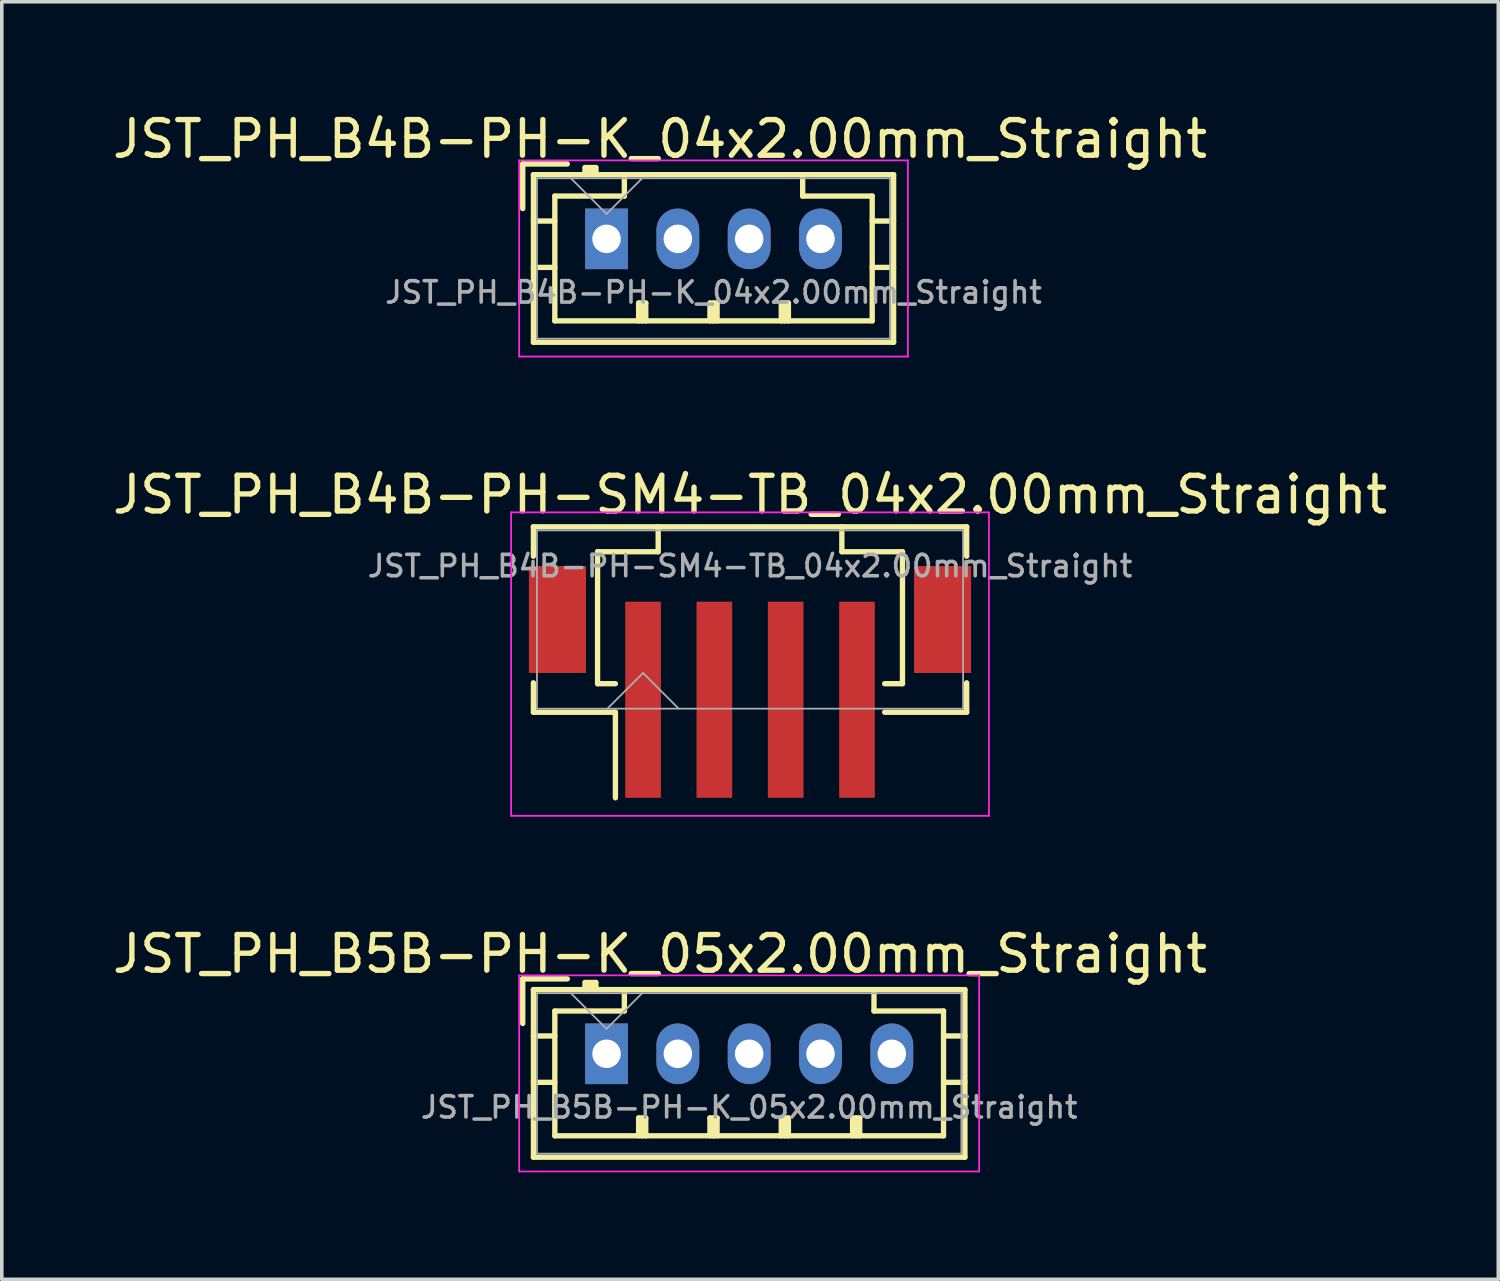
<source format=kicad_pcb>
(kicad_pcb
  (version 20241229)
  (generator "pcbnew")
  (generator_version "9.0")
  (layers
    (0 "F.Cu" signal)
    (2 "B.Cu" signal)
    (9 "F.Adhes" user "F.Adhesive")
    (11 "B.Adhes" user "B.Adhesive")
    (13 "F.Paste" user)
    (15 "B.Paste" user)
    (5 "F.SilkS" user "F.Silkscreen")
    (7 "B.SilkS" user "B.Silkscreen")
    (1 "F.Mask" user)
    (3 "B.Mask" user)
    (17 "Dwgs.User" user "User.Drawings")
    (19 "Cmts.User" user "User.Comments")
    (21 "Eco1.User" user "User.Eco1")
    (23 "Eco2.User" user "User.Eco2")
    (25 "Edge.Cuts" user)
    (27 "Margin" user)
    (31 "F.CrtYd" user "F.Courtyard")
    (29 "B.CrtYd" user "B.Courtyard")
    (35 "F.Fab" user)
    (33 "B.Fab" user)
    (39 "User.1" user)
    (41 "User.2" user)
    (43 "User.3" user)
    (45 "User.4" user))
  (footprint "JST_PH_B5B-PH-K_05x2.00mm_Straight"
    (layer "F.Cu")
    (at 13.958 26.5)
    (property "Reference" "JST_PH_B5B-PH-K_05x2.00mm_Straight" (at 4 1.5 0) (layer "F.Fab") (effects (font (size 0.6 0.6) (thickness 0.1))))
    (attr through_hole)
    (fp_line (start -2.35 -2.1) (end -2.35 -0.85) (stroke (width 0.15) (type solid)) (layer "F.SilkS"))
    (fp_line (start -2.05 -1.8) (end -2.05 2.9) (stroke (width 0.15) (type solid)) (layer "F.SilkS"))
    (fp_line (start -2.05 -0.5) (end -1.45 -0.5) (stroke (width 0.15) (type solid)) (layer "F.SilkS"))
    (fp_line (start -2.05 0.8) (end -1.45 0.8) (stroke (width 0.15) (type solid)) (layer "F.SilkS"))
    (fp_line (start -2.05 2.9) (end 10.05 2.9) (stroke (width 0.15) (type solid)) (layer "F.SilkS"))
    (fp_line (start -1.45 -1.2) (end -1.45 2.3) (stroke (width 0.15) (type solid)) (layer "F.SilkS"))
    (fp_line (start -1.45 2.3) (end 9.45 2.3) (stroke (width 0.15) (type solid)) (layer "F.SilkS"))
    (fp_line (start -1.1 -2.1) (end -2.35 -2.1) (stroke (width 0.15) (type solid)) (layer "F.SilkS"))
    (fp_line (start -0.6 -2) (end -0.6 -1.8) (stroke (width 0.15) (type solid)) (layer "F.SilkS"))
    (fp_line (start -0.3 -2) (end -0.6 -2) (stroke (width 0.15) (type solid)) (layer "F.SilkS"))
    (fp_line (start -0.3 -1.9) (end -0.6 -1.9) (stroke (width 0.15) (type solid)) (layer "F.SilkS"))
    (fp_line (start -0.3 -1.8) (end -0.3 -2) (stroke (width 0.15) (type solid)) (layer "F.SilkS"))
    (fp_line (start 0.5 -1.8) (end 0.5 -1.2) (stroke (width 0.15) (type solid)) (layer "F.SilkS"))
    (fp_line (start 0.5 -1.2) (end -1.45 -1.2) (stroke (width 0.15) (type solid)) (layer "F.SilkS"))
    (fp_line (start 0.9 1.8) (end 1.1 1.8) (stroke (width 0.15) (type solid)) (layer "F.SilkS"))
    (fp_line (start 0.9 2.3) (end 0.9 1.8) (stroke (width 0.15) (type solid)) (layer "F.SilkS"))
    (fp_line (start 1 2.3) (end 1 1.8) (stroke (width 0.15) (type solid)) (layer "F.SilkS"))
    (fp_line (start 1.1 1.8) (end 1.1 2.3) (stroke (width 0.15) (type solid)) (layer "F.SilkS"))
    (fp_line (start 2.9 1.8) (end 3.1 1.8) (stroke (width 0.15) (type solid)) (layer "F.SilkS"))
    (fp_line (start 2.9 2.3) (end 2.9 1.8) (stroke (width 0.15) (type solid)) (layer "F.SilkS"))
    (fp_line (start 3 2.3) (end 3 1.8) (stroke (width 0.15) (type solid)) (layer "F.SilkS"))
    (fp_line (start 3.1 1.8) (end 3.1 2.3) (stroke (width 0.15) (type solid)) (layer "F.SilkS"))
    (fp_line (start 4.9 1.8) (end 5.1 1.8) (stroke (width 0.15) (type solid)) (layer "F.SilkS"))
    (fp_line (start 4.9 2.3) (end 4.9 1.8) (stroke (width 0.15) (type solid)) (layer "F.SilkS"))
    (fp_line (start 5 2.3) (end 5 1.8) (stroke (width 0.15) (type solid)) (layer "F.SilkS"))
    (fp_line (start 5.1 1.8) (end 5.1 2.3) (stroke (width 0.15) (type solid)) (layer "F.SilkS"))
    (fp_line (start 6.9 1.8) (end 7.1 1.8) (stroke (width 0.15) (type solid)) (layer "F.SilkS"))
    (fp_line (start 6.9 2.3) (end 6.9 1.8) (stroke (width 0.15) (type solid)) (layer "F.SilkS"))
    (fp_line (start 7 2.3) (end 7 1.8) (stroke (width 0.15) (type solid)) (layer "F.SilkS"))
    (fp_line (start 7.1 1.8) (end 7.1 2.3) (stroke (width 0.15) (type solid)) (layer "F.SilkS"))
    (fp_line (start 7.5 -1.2) (end 7.5 -1.8) (stroke (width 0.15) (type solid)) (layer "F.SilkS"))
    (fp_line (start 9.45 -1.2) (end 7.5 -1.2) (stroke (width 0.15) (type solid)) (layer "F.SilkS"))
    (fp_line (start 9.45 2.3) (end 9.45 -1.2) (stroke (width 0.15) (type solid)) (layer "F.SilkS"))
    (fp_line (start 10.05 -1.8) (end -2.05 -1.8) (stroke (width 0.15) (type solid)) (layer "F.SilkS"))
    (fp_line (start 10.05 -0.5) (end 9.45 -0.5) (stroke (width 0.15) (type solid)) (layer "F.SilkS"))
    (fp_line (start 10.05 0.8) (end 9.45 0.8) (stroke (width 0.15) (type solid)) (layer "F.SilkS"))
    (fp_line (start 10.05 2.9) (end 10.05 -1.8) (stroke (width 0.15) (type solid)) (layer "F.SilkS"))
    (fp_line (start -2.45 -2.2) (end -2.45 3.3) (stroke (width 0.05) (type solid)) (layer "F.CrtYd"))
    (fp_line (start -2.45 3.3) (end 10.45 3.3) (stroke (width 0.05) (type solid)) (layer "F.CrtYd"))
    (fp_line (start 10.45 -2.2) (end -2.45 -2.2) (stroke (width 0.05) (type solid)) (layer "F.CrtYd"))
    (fp_line (start 10.45 3.3) (end 10.45 -2.2) (stroke (width 0.05) (type solid)) (layer "F.CrtYd"))
    (fp_line (start -1.95 -1.7) (end -1.95 2.8) (stroke (width 0.05) (type solid)) (layer "F.Fab"))
    (fp_line (start -1.95 2.8) (end 9.95 2.8) (stroke (width 0.05) (type solid)) (layer "F.Fab"))
    (fp_line (start -1 -1.7) (end 0 -0.7) (stroke (width 0.05) (type solid)) (layer "F.Fab"))
    (fp_line (start 0 -0.7) (end 1 -1.7) (stroke (width 0.05) (type solid)) (layer "F.Fab"))
    (fp_line (start 9.95 -1.7) (end -1.95 -1.7) (stroke (width 0.05) (type solid)) (layer "F.Fab"))
    (fp_line (start 9.95 2.8) (end 9.95 -1.7) (stroke (width 0.05) (type solid)) (layer "F.Fab"))
    (fp_text user "${REFERENCE}" (at 1.5 -2.8 0) (layer "F.SilkS") (effects (font (size 1 1) (thickness 0.15))))
    (pad "1" thru_hole rect (at 0 0) (size 1.2 1.7) (drill 0.8) (layers "*.Cu" "*.Mask"))
    (pad "2" thru_hole oval (at 2 0) (size 1.2 1.7) (drill 0.8) (layers "*.Cu" "*.Mask"))
    (pad "3" thru_hole oval (at 4 0) (size 1.2 1.7) (drill 0.8) (layers "*.Cu" "*.Mask"))
    (pad "4" thru_hole oval (at 6 0) (size 1.2 1.7) (drill 0.8) (layers "*.Cu" "*.Mask"))
    (pad "5" thru_hole oval (at 8 0) (size 1.2 1.7) (drill 0.8) (layers "*.Cu" "*.Mask")))
  (footprint "JST_PH_B4B-PH-SM4-TB_04x2.00mm_Straight"
    (layer "F.Cu")
    (at 17.982 15.447)
    (property "Reference" "JST_PH_B4B-PH-SM4-TB_04x2.00mm_Straight" (at 0 -2.625 0) (layer "F.Fab") (effects (font (size 0.6 0.6) (thickness 0.1))))
    (attr smd)
    (fp_line (start -6.075 -3.725) (end 6.075 -3.725) (stroke (width 0.15) (type solid)) (layer "F.SilkS"))
    (fp_line (start -6.075 -2.9) (end -6.075 -3.725) (stroke (width 0.15) (type solid)) (layer "F.SilkS"))
    (fp_line (start -6.075 0.65) (end -6.075 1.475) (stroke (width 0.15) (type solid)) (layer "F.SilkS"))
    (fp_line (start -6.075 1.475) (end -3.775 1.475) (stroke (width 0.15) (type solid)) (layer "F.SilkS"))
    (fp_line (start -4.275 -3.025) (end -4.275 0.675) (stroke (width 0.15) (type solid)) (layer "F.SilkS"))
    (fp_line (start -4.275 0.675) (end -3.775 0.675) (stroke (width 0.15) (type solid)) (layer "F.SilkS"))
    (fp_line (start -3.775 1.475) (end -3.775 3.875) (stroke (width 0.15) (type solid)) (layer "F.SilkS"))
    (fp_line (start -2.575 -3.725) (end -2.575 -3.025) (stroke (width 0.15) (type solid)) (layer "F.SilkS"))
    (fp_line (start -2.575 -3.025) (end -4.275 -3.025) (stroke (width 0.15) (type solid)) (layer "F.SilkS"))
    (fp_line (start 2.575 -3.725) (end 2.575 -3.025) (stroke (width 0.15) (type solid)) (layer "F.SilkS"))
    (fp_line (start 2.575 -3.025) (end 4.275 -3.025) (stroke (width 0.15) (type solid)) (layer "F.SilkS"))
    (fp_line (start 4.275 -3.025) (end 4.275 0.675) (stroke (width 0.15) (type solid)) (layer "F.SilkS"))
    (fp_line (start 4.275 0.675) (end 3.775 0.675) (stroke (width 0.15) (type solid)) (layer "F.SilkS"))
    (fp_line (start 6.075 -3.725) (end 6.075 -2.9) (stroke (width 0.15) (type solid)) (layer "F.SilkS"))
    (fp_line (start 6.075 0.65) (end 6.075 1.475) (stroke (width 0.15) (type solid)) (layer "F.SilkS"))
    (fp_line (start 6.075 1.475) (end 3.775 1.475) (stroke (width 0.15) (type solid)) (layer "F.SilkS"))
    (fp_line (start -6.7 -4.13) (end -6.7 4.38) (stroke (width 0.05) (type solid)) (layer "F.CrtYd"))
    (fp_line (start -6.7 4.38) (end 6.7 4.38) (stroke (width 0.05) (type solid)) (layer "F.CrtYd"))
    (fp_line (start 6.7 -4.13) (end -6.7 -4.13) (stroke (width 0.05) (type solid)) (layer "F.CrtYd"))
    (fp_line (start 6.7 4.38) (end 6.7 -4.13) (stroke (width 0.05) (type solid)) (layer "F.CrtYd"))
    (fp_line (start -5.975 -3.625) (end -5.975 1.375) (stroke (width 0.05) (type solid)) (layer "F.Fab"))
    (fp_line (start -5.975 1.375) (end 5.975 1.375) (stroke (width 0.05) (type solid)) (layer "F.Fab"))
    (fp_line (start -4 1.375) (end -3 0.375) (stroke (width 0.05) (type solid)) (layer "F.Fab"))
    (fp_line (start -3 0.375) (end -2 1.375) (stroke (width 0.05) (type solid)) (layer "F.Fab"))
    (fp_line (start 5.975 -3.625) (end -5.975 -3.625) (stroke (width 0.05) (type solid)) (layer "F.Fab"))
    (fp_line (start 5.975 1.375) (end 5.975 -3.625) (stroke (width 0.05) (type solid)) (layer "F.Fab"))
    (fp_text user "${REFERENCE}" (at 0 -4.625 0) (layer "F.SilkS") (effects (font (size 1 1) (thickness 0.15))))
    (pad "" smd rect (at -5.4 -1.125) (size 1.6 3) (layers "F.Cu" "F.Mask" "F.Paste"))
    (pad "" smd rect (at 5.4 -1.125) (size 1.6 3) (layers "F.Cu" "F.Mask" "F.Paste"))
    (pad "1" smd rect (at -3 1.125) (size 1 5.5) (layers "F.Cu" "F.Mask" "F.Paste"))
    (pad "2" smd rect (at -1 1.125) (size 1 5.5) (layers "F.Cu" "F.Mask" "F.Paste"))
    (pad "3" smd rect (at 1 1.125) (size 1 5.5) (layers "F.Cu" "F.Mask" "F.Paste"))
    (pad "4" smd rect (at 3 1.125) (size 1 5.5) (layers "F.Cu" "F.Mask" "F.Paste")))
  (footprint "JST_PH_B4B-PH-K_04x2.00mm_Straight"
    (layer "F.Cu")
    (at 13.958 3.648)
    (property "Reference" "JST_PH_B4B-PH-K_04x2.00mm_Straight" (at 3 1.5 0) (layer "F.Fab") (effects (font (size 0.6 0.6) (thickness 0.1))))
    (attr through_hole)
    (fp_line (start -2.35 -2.1) (end -2.35 -0.85) (stroke (width 0.15) (type solid)) (layer "F.SilkS"))
    (fp_line (start -2.05 -1.8) (end -2.05 2.9) (stroke (width 0.15) (type solid)) (layer "F.SilkS"))
    (fp_line (start -2.05 -0.5) (end -1.45 -0.5) (stroke (width 0.15) (type solid)) (layer "F.SilkS"))
    (fp_line (start -2.05 0.8) (end -1.45 0.8) (stroke (width 0.15) (type solid)) (layer "F.SilkS"))
    (fp_line (start -2.05 2.9) (end 8.05 2.9) (stroke (width 0.15) (type solid)) (layer "F.SilkS"))
    (fp_line (start -1.45 -1.2) (end -1.45 2.3) (stroke (width 0.15) (type solid)) (layer "F.SilkS"))
    (fp_line (start -1.45 2.3) (end 7.45 2.3) (stroke (width 0.15) (type solid)) (layer "F.SilkS"))
    (fp_line (start -1.1 -2.1) (end -2.35 -2.1) (stroke (width 0.15) (type solid)) (layer "F.SilkS"))
    (fp_line (start -0.6 -2) (end -0.6 -1.8) (stroke (width 0.15) (type solid)) (layer "F.SilkS"))
    (fp_line (start -0.3 -2) (end -0.6 -2) (stroke (width 0.15) (type solid)) (layer "F.SilkS"))
    (fp_line (start -0.3 -1.9) (end -0.6 -1.9) (stroke (width 0.15) (type solid)) (layer "F.SilkS"))
    (fp_line (start -0.3 -1.8) (end -0.3 -2) (stroke (width 0.15) (type solid)) (layer "F.SilkS"))
    (fp_line (start 0.5 -1.8) (end 0.5 -1.2) (stroke (width 0.15) (type solid)) (layer "F.SilkS"))
    (fp_line (start 0.5 -1.2) (end -1.45 -1.2) (stroke (width 0.15) (type solid)) (layer "F.SilkS"))
    (fp_line (start 0.9 1.8) (end 1.1 1.8) (stroke (width 0.15) (type solid)) (layer "F.SilkS"))
    (fp_line (start 0.9 2.3) (end 0.9 1.8) (stroke (width 0.15) (type solid)) (layer "F.SilkS"))
    (fp_line (start 1 2.3) (end 1 1.8) (stroke (width 0.15) (type solid)) (layer "F.SilkS"))
    (fp_line (start 1.1 1.8) (end 1.1 2.3) (stroke (width 0.15) (type solid)) (layer "F.SilkS"))
    (fp_line (start 2.9 1.8) (end 3.1 1.8) (stroke (width 0.15) (type solid)) (layer "F.SilkS"))
    (fp_line (start 2.9 2.3) (end 2.9 1.8) (stroke (width 0.15) (type solid)) (layer "F.SilkS"))
    (fp_line (start 3 2.3) (end 3 1.8) (stroke (width 0.15) (type solid)) (layer "F.SilkS"))
    (fp_line (start 3.1 1.8) (end 3.1 2.3) (stroke (width 0.15) (type solid)) (layer "F.SilkS"))
    (fp_line (start 4.9 1.8) (end 5.1 1.8) (stroke (width 0.15) (type solid)) (layer "F.SilkS"))
    (fp_line (start 4.9 2.3) (end 4.9 1.8) (stroke (width 0.15) (type solid)) (layer "F.SilkS"))
    (fp_line (start 5 2.3) (end 5 1.8) (stroke (width 0.15) (type solid)) (layer "F.SilkS"))
    (fp_line (start 5.1 1.8) (end 5.1 2.3) (stroke (width 0.15) (type solid)) (layer "F.SilkS"))
    (fp_line (start 5.5 -1.2) (end 5.5 -1.8) (stroke (width 0.15) (type solid)) (layer "F.SilkS"))
    (fp_line (start 7.45 -1.2) (end 5.5 -1.2) (stroke (width 0.15) (type solid)) (layer "F.SilkS"))
    (fp_line (start 7.45 2.3) (end 7.45 -1.2) (stroke (width 0.15) (type solid)) (layer "F.SilkS"))
    (fp_line (start 8.05 -1.8) (end -2.05 -1.8) (stroke (width 0.15) (type solid)) (layer "F.SilkS"))
    (fp_line (start 8.05 -0.5) (end 7.45 -0.5) (stroke (width 0.15) (type solid)) (layer "F.SilkS"))
    (fp_line (start 8.05 0.8) (end 7.45 0.8) (stroke (width 0.15) (type solid)) (layer "F.SilkS"))
    (fp_line (start 8.05 2.9) (end 8.05 -1.8) (stroke (width 0.15) (type solid)) (layer "F.SilkS"))
    (fp_line (start -2.45 -2.2) (end -2.45 3.3) (stroke (width 0.05) (type solid)) (layer "F.CrtYd"))
    (fp_line (start -2.45 3.3) (end 8.45 3.3) (stroke (width 0.05) (type solid)) (layer "F.CrtYd"))
    (fp_line (start 8.45 -2.2) (end -2.45 -2.2) (stroke (width 0.05) (type solid)) (layer "F.CrtYd"))
    (fp_line (start 8.45 3.3) (end 8.45 -2.2) (stroke (width 0.05) (type solid)) (layer "F.CrtYd"))
    (fp_line (start -1.95 -1.7) (end -1.95 2.8) (stroke (width 0.05) (type solid)) (layer "F.Fab"))
    (fp_line (start -1.95 2.8) (end 7.95 2.8) (stroke (width 0.05) (type solid)) (layer "F.Fab"))
    (fp_line (start -1 -1.7) (end 0 -0.7) (stroke (width 0.05) (type solid)) (layer "F.Fab"))
    (fp_line (start 0 -0.7) (end 1 -1.7) (stroke (width 0.05) (type solid)) (layer "F.Fab"))
    (fp_line (start 7.95 -1.7) (end -1.95 -1.7) (stroke (width 0.05) (type solid)) (layer "F.Fab"))
    (fp_line (start 7.95 2.8) (end 7.95 -1.7) (stroke (width 0.05) (type solid)) (layer "F.Fab"))
    (fp_text user "${REFERENCE}" (at 1.5 -2.8 0) (layer "F.SilkS") (effects (font (size 1 1) (thickness 0.15))))
    (pad "1" thru_hole rect (at 0 0) (size 1.2 1.7) (drill 0.8) (layers "*.Cu" "*.Mask"))
    (pad "2" thru_hole oval (at 2 0) (size 1.2 1.7) (drill 0.8) (layers "*.Cu" "*.Mask"))
    (pad "3" thru_hole oval (at 4 0) (size 1.2 1.7) (drill 0.8) (layers "*.Cu" "*.Mask"))
    (pad "4" thru_hole oval (at 6 0) (size 1.2 1.7) (drill 0.8) (layers "*.Cu" "*.Mask")))
  (gr_rect
    (start -3 -3)
    (end 38.964 32.825)
    (stroke (width 0.1) (type default))
    (fill no)
    (layer "Edge.Cuts")))
</source>
